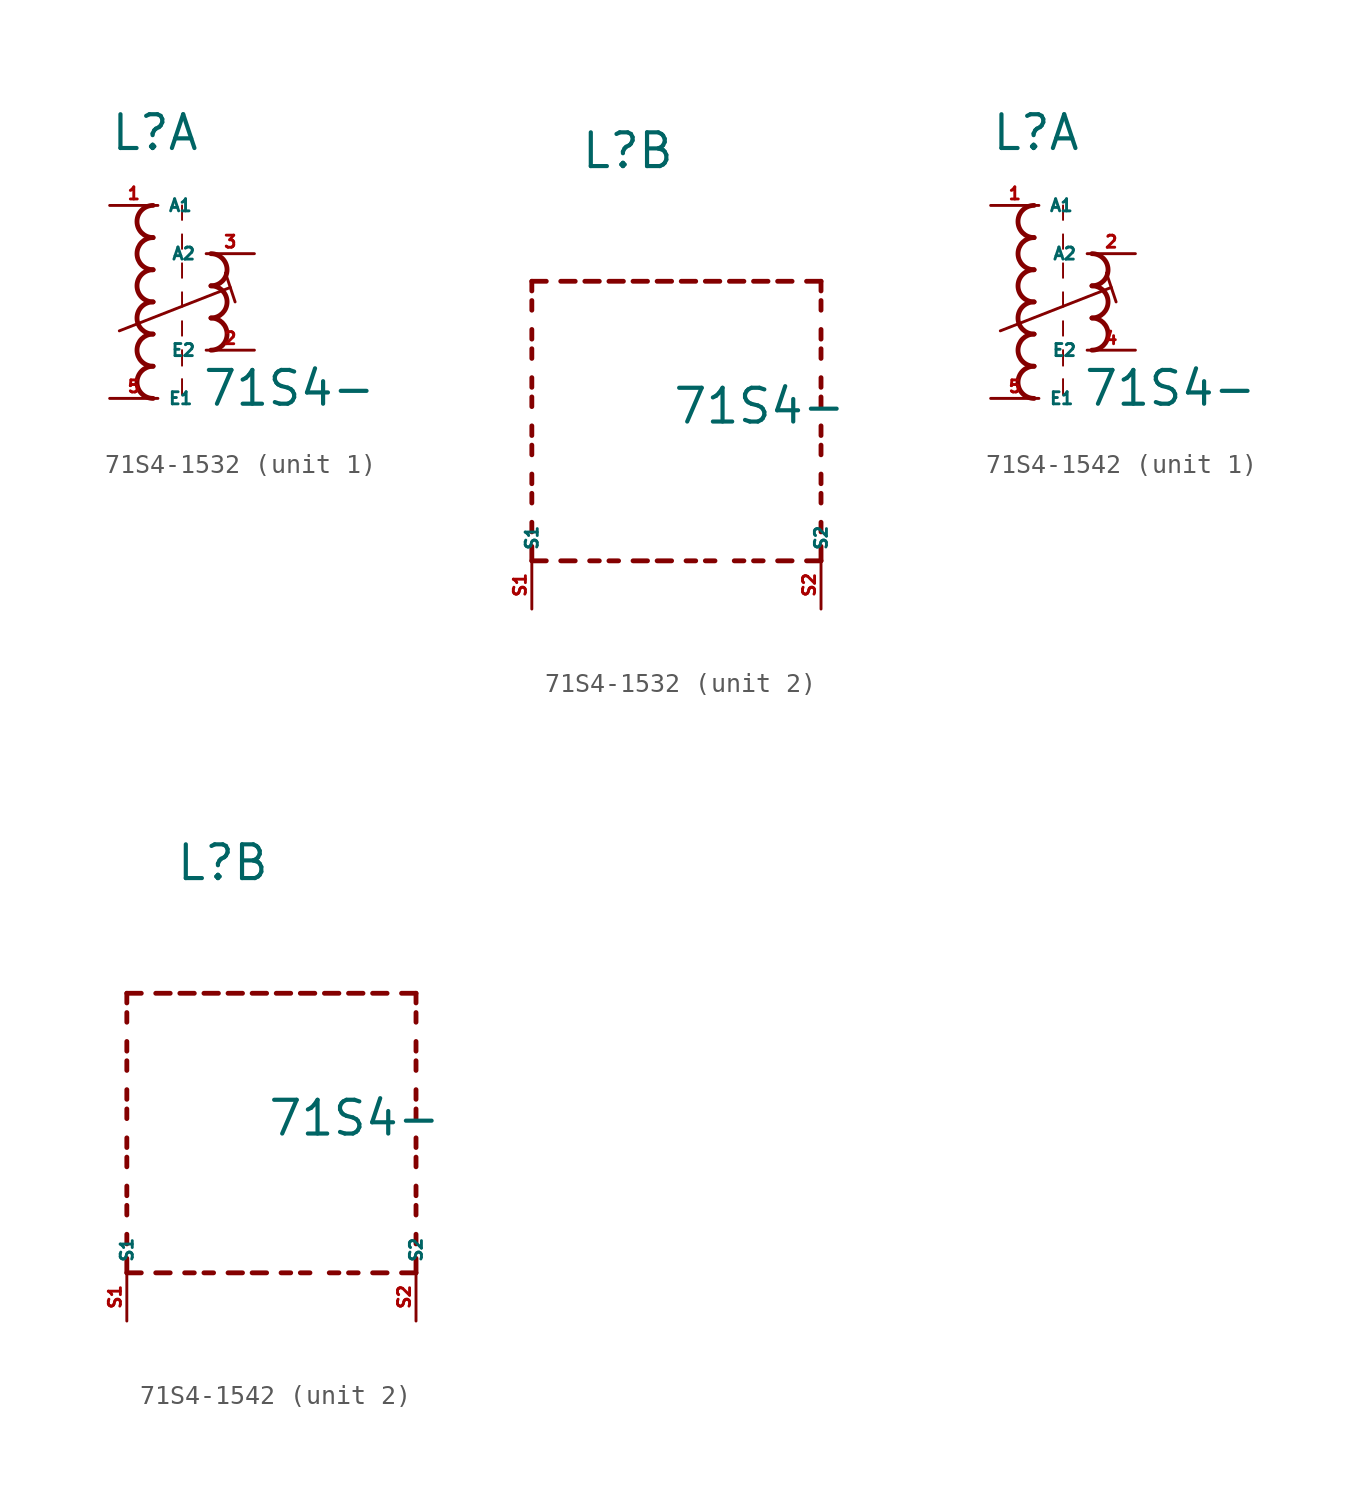
<source format=kicad_sym>
(kicad_symbol_lib
  (version 20220914)
  (generator kicad_symbol_editor)
  (symbol "71S4-1532"
    (property "Reference" "L"
      (at -2.54 7.874 0)
      (effects (font (size 1.778 1.778) (thickness 0.22)) (justify left bottom)))
    (property "Value" "71S4-"
      (at 2.286 -5.588 0)
      (effects (font (size 1.778 1.778) (thickness 0.22)) (justify left bottom)))
    (symbol "71S4-1532_1_0"
      (arc (start -0.254 -3.3866) (mid -1.1004 -4.2333) (end -0.254 -5.08) (stroke (width 0.254) (type default)) (fill (type none)))
      (arc (start -0.254 -1.6932) (mid -1.1004 -2.5399) (end -0.254 -3.3866) (stroke (width 0.254) (type default)) (fill (type none)))
      (arc (start -0.254 0) (mid -1.1004 -0.8467) (end -0.254 -1.6934) (stroke (width 0.254) (type default)) (fill (type none)))
      (arc (start -0.254 1.6934) (mid -1.1004 0.8467) (end -0.254 0) (stroke (width 0.254) (type default)) (fill (type none)))
      (arc (start -0.254 3.3866) (mid -1.1002 2.54) (end -0.254 1.6934) (stroke (width 0.254) (type default)) (fill (type none)))
      (arc (start -0.254 5.08) (mid -1.1004 4.2333) (end -0.254 3.3866) (stroke (width 0.254) (type default)) (fill (type none)))
      (polyline (pts (xy -2.032 -1.524) (xy 3.81 0.762)) (stroke (width 0.152) (type default)) (fill (type none)))
      (polyline (pts (xy 1.27 -4.064) (xy 1.27 -4.88)) (stroke (width 0.102) (type default)) (fill (type none)))
      (polyline (pts (xy 1.27 -2.54) (xy 1.27 -3.356)) (stroke (width 0.102) (type default)) (fill (type none)))
      (polyline (pts (xy 1.27 -1.016) (xy 1.27 -1.778)) (stroke (width 0.102) (type default)) (fill (type none)))
      (polyline (pts (xy 1.27 0.508) (xy 1.27 -0.254)) (stroke (width 0.102) (type default)) (fill (type none)))
      (polyline (pts (xy 1.27 2.032) (xy 1.27 1.27)) (stroke (width 0.102) (type default)) (fill (type none)))
      (polyline (pts (xy 1.27 3.556) (xy 1.27 2.794)) (stroke (width 0.102) (type default)) (fill (type none)))
      (polyline (pts (xy 1.27 5.08) (xy 1.27 4.318)) (stroke (width 0.102) (type default)) (fill (type none)))
      (polyline (pts (xy 3.556 1.524) (xy 4.064 0)) (stroke (width 0.152) (type default)) (fill (type none)))
      (arc (start 2.794 -2.54) (mid 3.6404 -1.6933) (end 2.794 -0.8466) (stroke (width 0.254) (type default)) (fill (type none)))
      (arc (start 2.794 -0.8466) (mid 3.6402 0) (end 2.794 0.8466) (stroke (width 0.254) (type default)) (fill (type none)))
      (arc (start 2.794 0.8466) (mid 3.6404 1.6933) (end 2.794 2.54) (stroke (width 0.254) (type default)) (fill (type none)))
      (pin passive line (at -2.54 5.08 0) (length 2.54) (name "A1" (effects (font (size 0.635 0.635)))) (number "1" (effects (font (size 0.635 0.635)))))
      (pin passive line (at 5.08 -2.54 180) (length 2.54) (name "E2" (effects (font (size 0.635 0.635)))) (number "2" (effects (font (size 0.635 0.635)))))
      (pin passive line (at 5.08 2.54 180) (length 2.54) (name "A2" (effects (font (size 0.635 0.635)))) (number "3" (effects (font (size 0.635 0.635)))))
      (pin passive line (at -2.54 -5.08 0) (length 2.54) (name "E1" (effects (font (size 0.635 0.635)))) (number "5" (effects (font (size 0.635 0.635))))))
    (symbol "71S4-1532_2_0"
      (polyline (pts (xy -5.08 -12.7) (xy -5.08 -11.938)) (stroke (width 0.254) (type default)) (fill (type none)))
      (polyline (pts (xy -5.08 -12.7) (xy -4.318 -12.7)) (stroke (width 0.254) (type default)) (fill (type none)))
      (polyline (pts (xy -5.08 -11.176) (xy -5.08 -10.668)) (stroke (width 0.254) (type default)) (fill (type none)))
      (polyline (pts (xy -5.08 -9.652) (xy -5.08 -9.144)) (stroke (width 0.254) (type default)) (fill (type none)))
      (polyline (pts (xy -5.08 -8.636) (xy -5.08 -8.128)) (stroke (width 0.254) (type default)) (fill (type none)))
      (polyline (pts (xy -5.08 -7.112) (xy -5.08 -6.604)) (stroke (width 0.254) (type default)) (fill (type none)))
      (polyline (pts (xy -5.08 -6.096) (xy -5.08 -5.588)) (stroke (width 0.254) (type default)) (fill (type none)))
      (polyline (pts (xy -5.08 -4.572) (xy -5.08 -4.064)) (stroke (width 0.254) (type default)) (fill (type none)))
      (polyline (pts (xy -5.08 -3.556) (xy -5.08 -3.048)) (stroke (width 0.254) (type default)) (fill (type none)))
      (polyline (pts (xy -5.08 -2.032) (xy -5.08 -1.524)) (stroke (width 0.254) (type default)) (fill (type none)))
      (polyline (pts (xy -5.08 -1.016) (xy -5.08 -0.508)) (stroke (width 0.254) (type default)) (fill (type none)))
      (polyline (pts (xy -5.08 0.508) (xy -5.08 1.016)) (stroke (width 0.254) (type default)) (fill (type none)))
      (polyline (pts (xy -5.08 1.524) (xy -5.08 2.032)) (stroke (width 0.254) (type default)) (fill (type none)))
      (polyline (pts (xy -5.08 2.032) (xy -4.318 2.032)) (stroke (width 0.254) (type default)) (fill (type none)))
      (polyline (pts (xy -3.556 -12.7) (xy -2.794 -12.7)) (stroke (width 0.254) (type default)) (fill (type none)))
      (polyline (pts (xy -3.556 2.032) (xy -2.794 2.032)) (stroke (width 0.254) (type default)) (fill (type none)))
      (polyline (pts (xy -1.524 -12.7) (xy -2.032 -12.7)) (stroke (width 0.254) (type default)) (fill (type none)))
      (polyline (pts (xy -1.524 2.032) (xy -2.286 2.032)) (stroke (width 0.254) (type default)) (fill (type none)))
      (polyline (pts (xy -1.016 2.032) (xy -0.254 2.032)) (stroke (width 0.254) (type default)) (fill (type none)))
      (polyline (pts (xy -0.508 -12.7) (xy -1.016 -12.7)) (stroke (width 0.254) (type default)) (fill (type none)))
      (polyline (pts (xy 1.016 -12.7) (xy 0.254 -12.7)) (stroke (width 0.254) (type default)) (fill (type none)))
      (polyline (pts (xy 1.016 2.032) (xy 0.254 2.032)) (stroke (width 0.254) (type default)) (fill (type none)))
      (polyline (pts (xy 1.524 -12.7) (xy 2.286 -12.7)) (stroke (width 0.254) (type default)) (fill (type none)))
      (polyline (pts (xy 1.524 2.032) (xy 2.286 2.032)) (stroke (width 0.254) (type default)) (fill (type none)))
      (polyline (pts (xy 3.556 -12.7) (xy 3.048 -12.7)) (stroke (width 0.254) (type default)) (fill (type none)))
      (polyline (pts (xy 3.556 2.032) (xy 2.794 2.032)) (stroke (width 0.254) (type default)) (fill (type none)))
      (polyline (pts (xy 4.064 2.032) (xy 4.826 2.032)) (stroke (width 0.254) (type default)) (fill (type none)))
      (polyline (pts (xy 4.572 -12.7) (xy 4.064 -12.7)) (stroke (width 0.254) (type default)) (fill (type none)))
      (polyline (pts (xy 6.096 -12.7) (xy 5.588 -12.7)) (stroke (width 0.254) (type default)) (fill (type none)))
      (polyline (pts (xy 6.096 2.032) (xy 5.334 2.032)) (stroke (width 0.254) (type default)) (fill (type none)))
      (polyline (pts (xy 6.604 2.032) (xy 7.366 2.032)) (stroke (width 0.254) (type default)) (fill (type none)))
      (polyline (pts (xy 7.112 -12.7) (xy 6.604 -12.7)) (stroke (width 0.254) (type default)) (fill (type none)))
      (polyline (pts (xy 8.636 -12.7) (xy 7.874 -12.7)) (stroke (width 0.254) (type default)) (fill (type none)))
      (polyline (pts (xy 8.636 2.032) (xy 7.874 2.032)) (stroke (width 0.254) (type default)) (fill (type none)))
      (polyline (pts (xy 10.16 -12.7) (xy 9.398 -12.7)) (stroke (width 0.254) (type default)) (fill (type none)))
      (polyline (pts (xy 10.16 -12.7) (xy 10.16 -11.938)) (stroke (width 0.254) (type default)) (fill (type none)))
      (polyline (pts (xy 10.16 -11.176) (xy 10.16 -10.668)) (stroke (width 0.254) (type default)) (fill (type none)))
      (polyline (pts (xy 10.16 -9.652) (xy 10.16 -9.144)) (stroke (width 0.254) (type default)) (fill (type none)))
      (polyline (pts (xy 10.16 -8.636) (xy 10.16 -8.128)) (stroke (width 0.254) (type default)) (fill (type none)))
      (polyline (pts (xy 10.16 -7.112) (xy 10.16 -6.604)) (stroke (width 0.254) (type default)) (fill (type none)))
      (polyline (pts (xy 10.16 -6.096) (xy 10.16 -5.588)) (stroke (width 0.254) (type default)) (fill (type none)))
      (polyline (pts (xy 10.16 -4.572) (xy 10.16 -4.064)) (stroke (width 0.254) (type default)) (fill (type none)))
      (polyline (pts (xy 10.16 -3.556) (xy 10.16 -3.048)) (stroke (width 0.254) (type default)) (fill (type none)))
      (polyline (pts (xy 10.16 -2.032) (xy 10.16 -1.524)) (stroke (width 0.254) (type default)) (fill (type none)))
      (polyline (pts (xy 10.16 -1.016) (xy 10.16 -0.508)) (stroke (width 0.254) (type default)) (fill (type none)))
      (polyline (pts (xy 10.16 0.508) (xy 10.16 1.016)) (stroke (width 0.254) (type default)) (fill (type none)))
      (polyline (pts (xy 10.16 1.524) (xy 10.16 2.032)) (stroke (width 0.254) (type default)) (fill (type none)))
      (polyline (pts (xy 10.16 2.032) (xy 9.398 2.032)) (stroke (width 0.254) (type default)) (fill (type none)))
      (pin passive line (at -5.08 -15.24 90) (length 2.54) (name "S1" (effects (font (size 0.635 0.635)))) (number "S1" (effects (font (size 0.635 0.635)))))
      (pin passive line (at 10.16 -15.24 90) (length 2.54) (name "S2" (effects (font (size 0.635 0.635)))) (number "S2" (effects (font (size 0.635 0.635)))))))
  (symbol "71S4-1542"
    (property "Reference" "L"
      (at -2.54 7.874 0)
      (effects (font (size 1.778 1.778) (thickness 0.22)) (justify left bottom)))
    (property "Value" "71S4-"
      (at 2.286 -5.588 0)
      (effects (font (size 1.778 1.778) (thickness 0.22)) (justify left bottom)))
    (symbol "71S4-1542_1_0"
      (arc (start -0.254 -3.3866) (mid -1.1004 -4.2333) (end -0.254 -5.08) (stroke (width 0.254) (type default)) (fill (type none)))
      (arc (start -0.254 -1.6932) (mid -1.1004 -2.5399) (end -0.254 -3.3866) (stroke (width 0.254) (type default)) (fill (type none)))
      (arc (start -0.254 0) (mid -1.1004 -0.8467) (end -0.254 -1.6934) (stroke (width 0.254) (type default)) (fill (type none)))
      (arc (start -0.254 1.6934) (mid -1.1004 0.8467) (end -0.254 0) (stroke (width 0.254) (type default)) (fill (type none)))
      (arc (start -0.254 3.3866) (mid -1.1002 2.54) (end -0.254 1.6934) (stroke (width 0.254) (type default)) (fill (type none)))
      (arc (start -0.254 5.08) (mid -1.1004 4.2333) (end -0.254 3.3866) (stroke (width 0.254) (type default)) (fill (type none)))
      (polyline (pts (xy -2.032 -1.524) (xy 3.81 0.762)) (stroke (width 0.152) (type default)) (fill (type none)))
      (polyline (pts (xy 1.27 -4.064) (xy 1.27 -4.88)) (stroke (width 0.102) (type default)) (fill (type none)))
      (polyline (pts (xy 1.27 -2.54) (xy 1.27 -3.356)) (stroke (width 0.102) (type default)) (fill (type none)))
      (polyline (pts (xy 1.27 -1.016) (xy 1.27 -1.778)) (stroke (width 0.102) (type default)) (fill (type none)))
      (polyline (pts (xy 1.27 0.508) (xy 1.27 -0.254)) (stroke (width 0.102) (type default)) (fill (type none)))
      (polyline (pts (xy 1.27 2.032) (xy 1.27 1.27)) (stroke (width 0.102) (type default)) (fill (type none)))
      (polyline (pts (xy 1.27 3.556) (xy 1.27 2.794)) (stroke (width 0.102) (type default)) (fill (type none)))
      (polyline (pts (xy 1.27 5.08) (xy 1.27 4.318)) (stroke (width 0.102) (type default)) (fill (type none)))
      (polyline (pts (xy 3.556 1.524) (xy 4.064 0)) (stroke (width 0.152) (type default)) (fill (type none)))
      (arc (start 2.794 -2.54) (mid 3.6404 -1.6933) (end 2.794 -0.8466) (stroke (width 0.254) (type default)) (fill (type none)))
      (arc (start 2.794 -0.8466) (mid 3.6402 0) (end 2.794 0.8466) (stroke (width 0.254) (type default)) (fill (type none)))
      (arc (start 2.794 0.8466) (mid 3.6404 1.6933) (end 2.794 2.54) (stroke (width 0.254) (type default)) (fill (type none)))
      (pin passive line (at -2.54 5.08 0) (length 2.54) (name "A1" (effects (font (size 0.635 0.635)))) (number "1" (effects (font (size 0.635 0.635)))))
      (pin passive line (at 5.08 2.54 180) (length 2.54) (name "A2" (effects (font (size 0.635 0.635)))) (number "2" (effects (font (size 0.635 0.635)))))
      (pin passive line (at 5.08 -2.54 180) (length 2.54) (name "E2" (effects (font (size 0.635 0.635)))) (number "4" (effects (font (size 0.635 0.635)))))
      (pin passive line (at -2.54 -5.08 0) (length 2.54) (name "E1" (effects (font (size 0.635 0.635)))) (number "5" (effects (font (size 0.635 0.635))))))
    (symbol "71S4-1542_2_0"
      (polyline (pts (xy -5.08 -12.7) (xy -5.08 -11.938)) (stroke (width 0.254) (type default)) (fill (type none)))
      (polyline (pts (xy -5.08 -12.7) (xy -4.318 -12.7)) (stroke (width 0.254) (type default)) (fill (type none)))
      (polyline (pts (xy -5.08 -11.176) (xy -5.08 -10.668)) (stroke (width 0.254) (type default)) (fill (type none)))
      (polyline (pts (xy -5.08 -9.652) (xy -5.08 -9.144)) (stroke (width 0.254) (type default)) (fill (type none)))
      (polyline (pts (xy -5.08 -8.636) (xy -5.08 -8.128)) (stroke (width 0.254) (type default)) (fill (type none)))
      (polyline (pts (xy -5.08 -7.112) (xy -5.08 -6.604)) (stroke (width 0.254) (type default)) (fill (type none)))
      (polyline (pts (xy -5.08 -6.096) (xy -5.08 -5.588)) (stroke (width 0.254) (type default)) (fill (type none)))
      (polyline (pts (xy -5.08 -4.572) (xy -5.08 -4.064)) (stroke (width 0.254) (type default)) (fill (type none)))
      (polyline (pts (xy -5.08 -3.556) (xy -5.08 -3.048)) (stroke (width 0.254) (type default)) (fill (type none)))
      (polyline (pts (xy -5.08 -2.032) (xy -5.08 -1.524)) (stroke (width 0.254) (type default)) (fill (type none)))
      (polyline (pts (xy -5.08 -1.016) (xy -5.08 -0.508)) (stroke (width 0.254) (type default)) (fill (type none)))
      (polyline (pts (xy -5.08 0.508) (xy -5.08 1.016)) (stroke (width 0.254) (type default)) (fill (type none)))
      (polyline (pts (xy -5.08 1.524) (xy -5.08 2.032)) (stroke (width 0.254) (type default)) (fill (type none)))
      (polyline (pts (xy -5.08 2.032) (xy -4.318 2.032)) (stroke (width 0.254) (type default)) (fill (type none)))
      (polyline (pts (xy -3.556 -12.7) (xy -2.794 -12.7)) (stroke (width 0.254) (type default)) (fill (type none)))
      (polyline (pts (xy -3.556 2.032) (xy -2.794 2.032)) (stroke (width 0.254) (type default)) (fill (type none)))
      (polyline (pts (xy -1.524 -12.7) (xy -2.032 -12.7)) (stroke (width 0.254) (type default)) (fill (type none)))
      (polyline (pts (xy -1.524 2.032) (xy -2.286 2.032)) (stroke (width 0.254) (type default)) (fill (type none)))
      (polyline (pts (xy -1.016 2.032) (xy -0.254 2.032)) (stroke (width 0.254) (type default)) (fill (type none)))
      (polyline (pts (xy -0.508 -12.7) (xy -1.016 -12.7)) (stroke (width 0.254) (type default)) (fill (type none)))
      (polyline (pts (xy 1.016 -12.7) (xy 0.254 -12.7)) (stroke (width 0.254) (type default)) (fill (type none)))
      (polyline (pts (xy 1.016 2.032) (xy 0.254 2.032)) (stroke (width 0.254) (type default)) (fill (type none)))
      (polyline (pts (xy 1.524 -12.7) (xy 2.286 -12.7)) (stroke (width 0.254) (type default)) (fill (type none)))
      (polyline (pts (xy 1.524 2.032) (xy 2.286 2.032)) (stroke (width 0.254) (type default)) (fill (type none)))
      (polyline (pts (xy 3.556 -12.7) (xy 3.048 -12.7)) (stroke (width 0.254) (type default)) (fill (type none)))
      (polyline (pts (xy 3.556 2.032) (xy 2.794 2.032)) (stroke (width 0.254) (type default)) (fill (type none)))
      (polyline (pts (xy 4.064 2.032) (xy 4.826 2.032)) (stroke (width 0.254) (type default)) (fill (type none)))
      (polyline (pts (xy 4.572 -12.7) (xy 4.064 -12.7)) (stroke (width 0.254) (type default)) (fill (type none)))
      (polyline (pts (xy 6.096 -12.7) (xy 5.588 -12.7)) (stroke (width 0.254) (type default)) (fill (type none)))
      (polyline (pts (xy 6.096 2.032) (xy 5.334 2.032)) (stroke (width 0.254) (type default)) (fill (type none)))
      (polyline (pts (xy 6.604 2.032) (xy 7.366 2.032)) (stroke (width 0.254) (type default)) (fill (type none)))
      (polyline (pts (xy 7.112 -12.7) (xy 6.604 -12.7)) (stroke (width 0.254) (type default)) (fill (type none)))
      (polyline (pts (xy 8.636 -12.7) (xy 7.874 -12.7)) (stroke (width 0.254) (type default)) (fill (type none)))
      (polyline (pts (xy 8.636 2.032) (xy 7.874 2.032)) (stroke (width 0.254) (type default)) (fill (type none)))
      (polyline (pts (xy 10.16 -12.7) (xy 9.398 -12.7)) (stroke (width 0.254) (type default)) (fill (type none)))
      (polyline (pts (xy 10.16 -12.7) (xy 10.16 -11.938)) (stroke (width 0.254) (type default)) (fill (type none)))
      (polyline (pts (xy 10.16 -11.176) (xy 10.16 -10.668)) (stroke (width 0.254) (type default)) (fill (type none)))
      (polyline (pts (xy 10.16 -9.652) (xy 10.16 -9.144)) (stroke (width 0.254) (type default)) (fill (type none)))
      (polyline (pts (xy 10.16 -8.636) (xy 10.16 -8.128)) (stroke (width 0.254) (type default)) (fill (type none)))
      (polyline (pts (xy 10.16 -7.112) (xy 10.16 -6.604)) (stroke (width 0.254) (type default)) (fill (type none)))
      (polyline (pts (xy 10.16 -6.096) (xy 10.16 -5.588)) (stroke (width 0.254) (type default)) (fill (type none)))
      (polyline (pts (xy 10.16 -4.572) (xy 10.16 -4.064)) (stroke (width 0.254) (type default)) (fill (type none)))
      (polyline (pts (xy 10.16 -3.556) (xy 10.16 -3.048)) (stroke (width 0.254) (type default)) (fill (type none)))
      (polyline (pts (xy 10.16 -2.032) (xy 10.16 -1.524)) (stroke (width 0.254) (type default)) (fill (type none)))
      (polyline (pts (xy 10.16 -1.016) (xy 10.16 -0.508)) (stroke (width 0.254) (type default)) (fill (type none)))
      (polyline (pts (xy 10.16 0.508) (xy 10.16 1.016)) (stroke (width 0.254) (type default)) (fill (type none)))
      (polyline (pts (xy 10.16 1.524) (xy 10.16 2.032)) (stroke (width 0.254) (type default)) (fill (type none)))
      (polyline (pts (xy 10.16 2.032) (xy 9.398 2.032)) (stroke (width 0.254) (type default)) (fill (type none)))
      (pin passive line (at -5.08 -15.24 90) (length 2.54) (name "S1" (effects (font (size 0.635 0.635)))) (number "S1" (effects (font (size 0.635 0.635)))))
      (pin passive line (at 10.16 -15.24 90) (length 2.54) (name "S2" (effects (font (size 0.635 0.635)))) (number "S2" (effects (font (size 0.635 0.635))))))))
</source>
